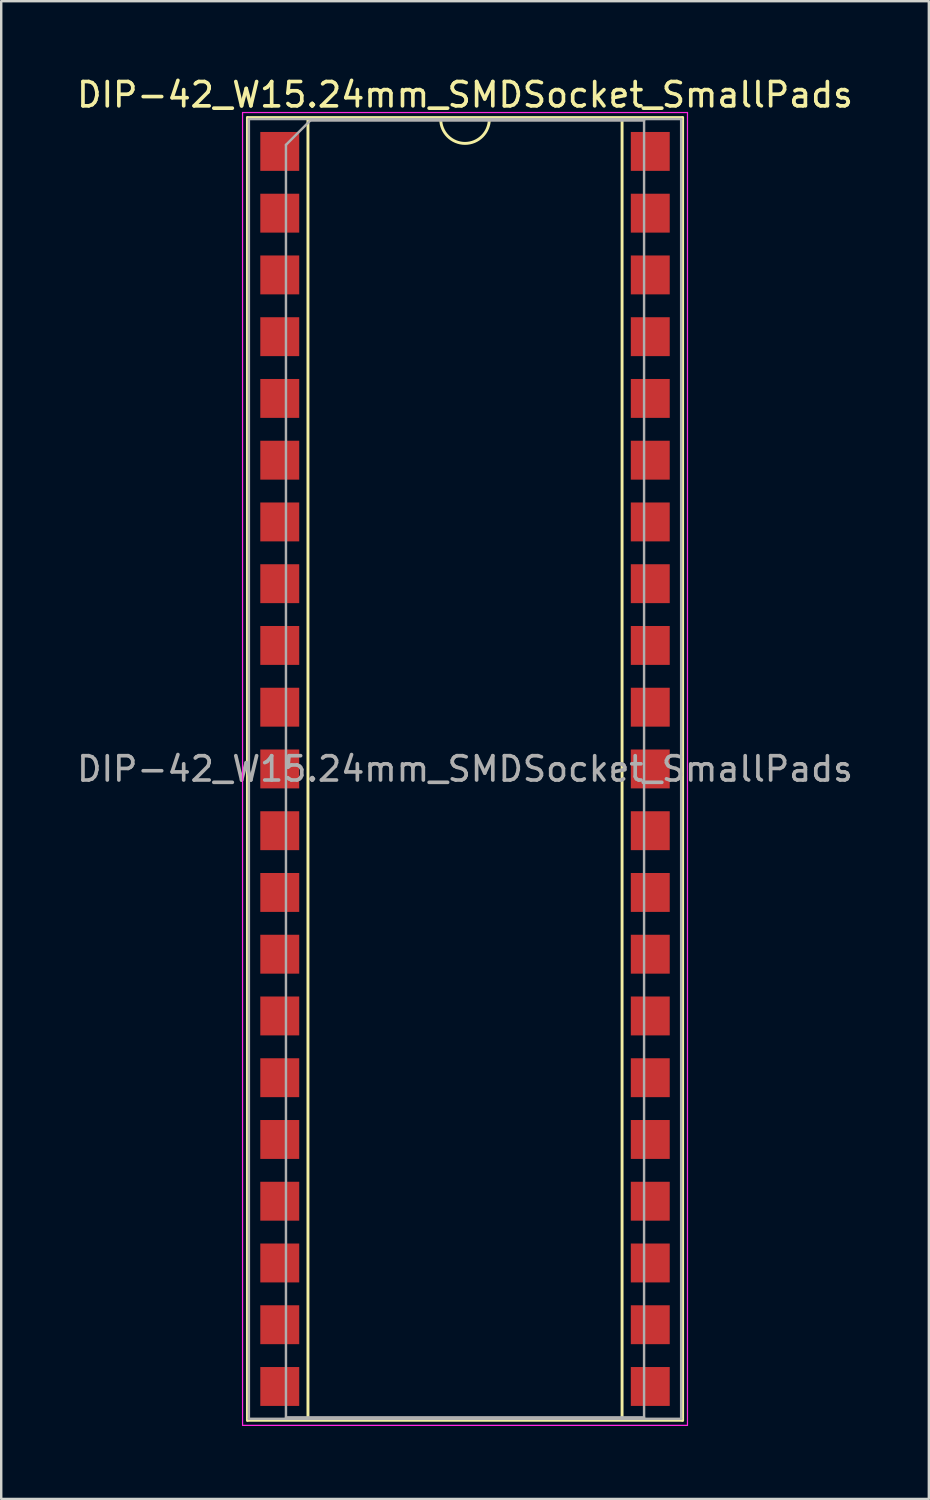
<source format=kicad_pcb>
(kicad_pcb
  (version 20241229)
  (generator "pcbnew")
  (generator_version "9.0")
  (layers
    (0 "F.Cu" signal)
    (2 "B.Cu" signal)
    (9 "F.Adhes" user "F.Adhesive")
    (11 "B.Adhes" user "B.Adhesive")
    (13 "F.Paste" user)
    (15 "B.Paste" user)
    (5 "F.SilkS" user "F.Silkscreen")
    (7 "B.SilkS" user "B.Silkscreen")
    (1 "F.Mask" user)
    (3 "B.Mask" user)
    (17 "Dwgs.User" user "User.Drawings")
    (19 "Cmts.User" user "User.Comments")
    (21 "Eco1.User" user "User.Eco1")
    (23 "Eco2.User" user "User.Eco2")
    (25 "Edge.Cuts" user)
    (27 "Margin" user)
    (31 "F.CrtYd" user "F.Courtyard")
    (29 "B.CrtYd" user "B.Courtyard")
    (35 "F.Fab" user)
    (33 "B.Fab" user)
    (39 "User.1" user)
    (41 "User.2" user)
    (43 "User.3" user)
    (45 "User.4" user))
  (footprint "DIP-42_W15.24mm_SMDSocket_SmallPads"
    (layer "F.Cu")
    (at 16.077 28.578)
    (property "Reference" "DIP-42_W15.24mm_SMDSocket_SmallPads" (at 0 -27.73 0) (layer "F.SilkS") (effects (font (size 1 1) (thickness 0.15))))
    (attr smd)
    (fp_line (start -8.95 -26.79) (end -8.95 26.79) (stroke (width 0.12) (type solid)) (layer "F.SilkS"))
    (fp_line (start -8.95 26.79) (end 8.95 26.79) (stroke (width 0.12) (type solid)) (layer "F.SilkS"))
    (fp_line (start -6.46 -26.73) (end -6.46 26.73) (stroke (width 0.12) (type solid)) (layer "F.SilkS"))
    (fp_line (start -6.46 26.73) (end 6.46 26.73) (stroke (width 0.12) (type solid)) (layer "F.SilkS"))
    (fp_line (start -1 -26.73) (end -6.46 -26.73) (stroke (width 0.12) (type solid)) (layer "F.SilkS"))
    (fp_line (start 6.46 -26.73) (end 1 -26.73) (stroke (width 0.12) (type solid)) (layer "F.SilkS"))
    (fp_line (start 6.46 26.73) (end 6.46 -26.73) (stroke (width 0.12) (type solid)) (layer "F.SilkS"))
    (fp_line (start 8.95 -26.79) (end -8.95 -26.79) (stroke (width 0.12) (type solid)) (layer "F.SilkS"))
    (fp_line (start 8.95 26.79) (end 8.95 -26.79) (stroke (width 0.12) (type solid)) (layer "F.SilkS"))
    (fp_arc (start 1 -26.73) (mid 0 -25.73) (end -1 -26.73) (stroke (width 0.12) (type solid)) (layer "F.SilkS"))
    (fp_line (start -9.15 -27) (end -9.15 27) (stroke (width 0.05) (type solid)) (layer "F.CrtYd"))
    (fp_line (start -9.15 27) (end 9.15 27) (stroke (width 0.05) (type solid)) (layer "F.CrtYd"))
    (fp_line (start 9.15 -27) (end -9.15 -27) (stroke (width 0.05) (type solid)) (layer "F.CrtYd"))
    (fp_line (start 9.15 27) (end 9.15 -27) (stroke (width 0.05) (type solid)) (layer "F.CrtYd"))
    (fp_line (start -8.89 -26.73) (end -8.89 26.73) (stroke (width 0.1) (type solid)) (layer "F.Fab"))
    (fp_line (start -8.89 26.73) (end 8.89 26.73) (stroke (width 0.1) (type solid)) (layer "F.Fab"))
    (fp_line (start -7.365 -25.67) (end -6.365 -26.67) (stroke (width 0.1) (type solid)) (layer "F.Fab"))
    (fp_line (start -7.365 26.67) (end -7.365 -25.67) (stroke (width 0.1) (type solid)) (layer "F.Fab"))
    (fp_line (start -6.365 -26.67) (end 7.365 -26.67) (stroke (width 0.1) (type solid)) (layer "F.Fab"))
    (fp_line (start 7.365 -26.67) (end 7.365 26.67) (stroke (width 0.1) (type solid)) (layer "F.Fab"))
    (fp_line (start 7.365 26.67) (end -7.365 26.67) (stroke (width 0.1) (type solid)) (layer "F.Fab"))
    (fp_line (start 8.89 -26.73) (end -8.89 -26.73) (stroke (width 0.1) (type solid)) (layer "F.Fab"))
    (fp_line (start 8.89 26.73) (end 8.89 -26.73) (stroke (width 0.1) (type solid)) (layer "F.Fab"))
    (fp_text user "${REFERENCE}" (at 0 0 0) (layer "F.Fab") (effects (font (size 1 1) (thickness 0.15))))
    (pad "1" smd rect (at -7.62 -25.4) (size 1.6 1.6) (layers "F.Cu" "F.Mask" "F.Paste"))
    (pad "2" smd rect (at -7.62 -22.86) (size 1.6 1.6) (layers "F.Cu" "F.Mask" "F.Paste"))
    (pad "3" smd rect (at -7.62 -20.32) (size 1.6 1.6) (layers "F.Cu" "F.Mask" "F.Paste"))
    (pad "4" smd rect (at -7.62 -17.78) (size 1.6 1.6) (layers "F.Cu" "F.Mask" "F.Paste"))
    (pad "5" smd rect (at -7.62 -15.24) (size 1.6 1.6) (layers "F.Cu" "F.Mask" "F.Paste"))
    (pad "6" smd rect (at -7.62 -12.7) (size 1.6 1.6) (layers "F.Cu" "F.Mask" "F.Paste"))
    (pad "7" smd rect (at -7.62 -10.16) (size 1.6 1.6) (layers "F.Cu" "F.Mask" "F.Paste"))
    (pad "8" smd rect (at -7.62 -7.62) (size 1.6 1.6) (layers "F.Cu" "F.Mask" "F.Paste"))
    (pad "9" smd rect (at -7.62 -5.08) (size 1.6 1.6) (layers "F.Cu" "F.Mask" "F.Paste"))
    (pad "10" smd rect (at -7.62 -2.54) (size 1.6 1.6) (layers "F.Cu" "F.Mask" "F.Paste"))
    (pad "11" smd rect (at -7.62 0) (size 1.6 1.6) (layers "F.Cu" "F.Mask" "F.Paste"))
    (pad "12" smd rect (at -7.62 2.54) (size 1.6 1.6) (layers "F.Cu" "F.Mask" "F.Paste"))
    (pad "13" smd rect (at -7.62 5.08) (size 1.6 1.6) (layers "F.Cu" "F.Mask" "F.Paste"))
    (pad "14" smd rect (at -7.62 7.62) (size 1.6 1.6) (layers "F.Cu" "F.Mask" "F.Paste"))
    (pad "15" smd rect (at -7.62 10.16) (size 1.6 1.6) (layers "F.Cu" "F.Mask" "F.Paste"))
    (pad "16" smd rect (at -7.62 12.7) (size 1.6 1.6) (layers "F.Cu" "F.Mask" "F.Paste"))
    (pad "17" smd rect (at -7.62 15.24) (size 1.6 1.6) (layers "F.Cu" "F.Mask" "F.Paste"))
    (pad "18" smd rect (at -7.62 17.78) (size 1.6 1.6) (layers "F.Cu" "F.Mask" "F.Paste"))
    (pad "19" smd rect (at -7.62 20.32) (size 1.6 1.6) (layers "F.Cu" "F.Mask" "F.Paste"))
    (pad "20" smd rect (at -7.62 22.86) (size 1.6 1.6) (layers "F.Cu" "F.Mask" "F.Paste"))
    (pad "21" smd rect (at -7.62 25.4) (size 1.6 1.6) (layers "F.Cu" "F.Mask" "F.Paste"))
    (pad "22" smd rect (at 7.62 25.4) (size 1.6 1.6) (layers "F.Cu" "F.Mask" "F.Paste"))
    (pad "23" smd rect (at 7.62 22.86) (size 1.6 1.6) (layers "F.Cu" "F.Mask" "F.Paste"))
    (pad "24" smd rect (at 7.62 20.32) (size 1.6 1.6) (layers "F.Cu" "F.Mask" "F.Paste"))
    (pad "25" smd rect (at 7.62 17.78) (size 1.6 1.6) (layers "F.Cu" "F.Mask" "F.Paste"))
    (pad "26" smd rect (at 7.62 15.24) (size 1.6 1.6) (layers "F.Cu" "F.Mask" "F.Paste"))
    (pad "27" smd rect (at 7.62 12.7) (size 1.6 1.6) (layers "F.Cu" "F.Mask" "F.Paste"))
    (pad "28" smd rect (at 7.62 10.16) (size 1.6 1.6) (layers "F.Cu" "F.Mask" "F.Paste"))
    (pad "29" smd rect (at 7.62 7.62) (size 1.6 1.6) (layers "F.Cu" "F.Mask" "F.Paste"))
    (pad "30" smd rect (at 7.62 5.08) (size 1.6 1.6) (layers "F.Cu" "F.Mask" "F.Paste"))
    (pad "31" smd rect (at 7.62 2.54) (size 1.6 1.6) (layers "F.Cu" "F.Mask" "F.Paste"))
    (pad "32" smd rect (at 7.62 0) (size 1.6 1.6) (layers "F.Cu" "F.Mask" "F.Paste"))
    (pad "33" smd rect (at 7.62 -2.54) (size 1.6 1.6) (layers "F.Cu" "F.Mask" "F.Paste"))
    (pad "34" smd rect (at 7.62 -5.08) (size 1.6 1.6) (layers "F.Cu" "F.Mask" "F.Paste"))
    (pad "35" smd rect (at 7.62 -7.62) (size 1.6 1.6) (layers "F.Cu" "F.Mask" "F.Paste"))
    (pad "36" smd rect (at 7.62 -10.16) (size 1.6 1.6) (layers "F.Cu" "F.Mask" "F.Paste"))
    (pad "37" smd rect (at 7.62 -12.7) (size 1.6 1.6) (layers "F.Cu" "F.Mask" "F.Paste"))
    (pad "38" smd rect (at 7.62 -15.24) (size 1.6 1.6) (layers "F.Cu" "F.Mask" "F.Paste"))
    (pad "39" smd rect (at 7.62 -17.78) (size 1.6 1.6) (layers "F.Cu" "F.Mask" "F.Paste"))
    (pad "40" smd rect (at 7.62 -20.32) (size 1.6 1.6) (layers "F.Cu" "F.Mask" "F.Paste"))
    (pad "41" smd rect (at 7.62 -22.86) (size 1.6 1.6) (layers "F.Cu" "F.Mask" "F.Paste"))
    (pad "42" smd rect (at 7.62 -25.4) (size 1.6 1.6) (layers "F.Cu" "F.Mask" "F.Paste")))
  (gr_rect
    (start -3 -3)
    (end 35.155 58.603)
    (stroke (width 0.1) (type default))
    (fill no)
    (layer "Edge.Cuts")))
</source>
